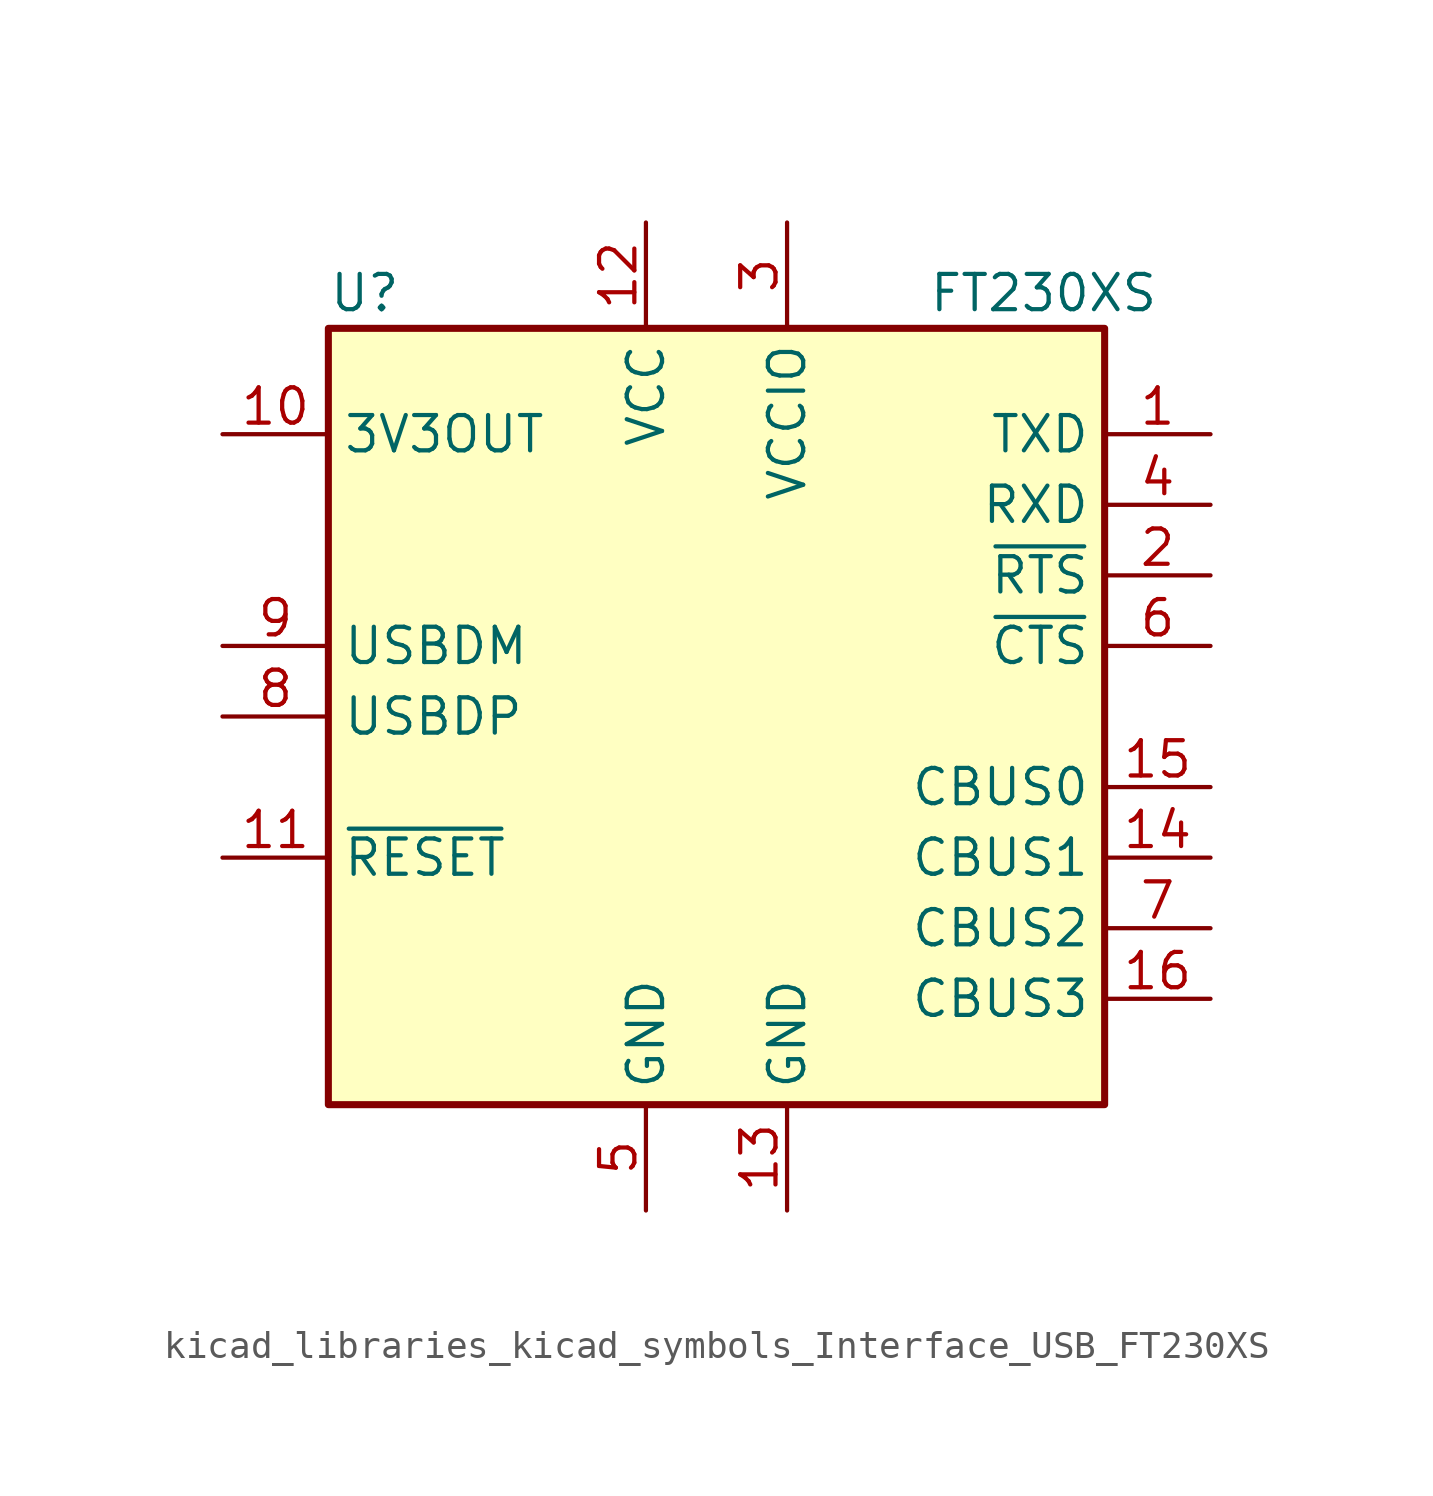
<source format=kicad_sym>
(kicad_symbol_lib
  (version 20220914)
  (generator kicad_symbol_editor)
  (symbol "kicad_libraries_kicad_symbols_Interface_USB_FT230XS"
    (property "Reference" "U"
      (at -13.97 15.24 0)
      (effects (font (size 1.27 1.27)) (justify left)))
    (property "Value" "FT230XS"
      (at 7.62 15.24 0)
      (effects (font (size 1.27 1.27)) (justify left)))
    (symbol "kicad_libraries_kicad_symbols_Interface_USB_FT230XS_0_1"
      (rectangle (start -13.97 13.97) (end 13.97 -13.97) (stroke (width 0.254) (type default)) (fill (type background))))
    (symbol "kicad_libraries_kicad_symbols_Interface_USB_FT230XS_1_1"
      (pin output line (at 17.78 10.16 180) (length 3.81) (name "TXD" (effects (font (size 1.27 1.27)))) (number "1" (effects (font (size 1.27 1.27)))))
      (pin power_out line (at -17.78 10.16 0) (length 3.81) (name "3V3OUT" (effects (font (size 1.27 1.27)))) (number "10" (effects (font (size 1.27 1.27)))))
      (pin input line (at -17.78 -5.08 0) (length 3.81) (name "~{RESET}" (effects (font (size 1.27 1.27)))) (number "11" (effects (font (size 1.27 1.27)))))
      (pin power_in line (at -2.54 17.78 270) (length 3.81) (name "VCC" (effects (font (size 1.27 1.27)))) (number "12" (effects (font (size 1.27 1.27)))))
      (pin power_in line (at 2.54 -17.78 90) (length 3.81) (name "GND" (effects (font (size 1.27 1.27)))) (number "13" (effects (font (size 1.27 1.27)))))
      (pin bidirectional line (at 17.78 -5.08 180) (length 3.81) (name "CBUS1" (effects (font (size 1.27 1.27)))) (number "14" (effects (font (size 1.27 1.27)))))
      (pin bidirectional line (at 17.78 -2.54 180) (length 3.81) (name "CBUS0" (effects (font (size 1.27 1.27)))) (number "15" (effects (font (size 1.27 1.27)))))
      (pin bidirectional line (at 17.78 -10.16 180) (length 3.81) (name "CBUS3" (effects (font (size 1.27 1.27)))) (number "16" (effects (font (size 1.27 1.27)))))
      (pin output line (at 17.78 5.08 180) (length 3.81) (name "~{RTS}" (effects (font (size 1.27 1.27)))) (number "2" (effects (font (size 1.27 1.27)))))
      (pin power_in line (at 2.54 17.78 270) (length 3.81) (name "VCCIO" (effects (font (size 1.27 1.27)))) (number "3" (effects (font (size 1.27 1.27)))))
      (pin input line (at 17.78 7.62 180) (length 3.81) (name "RXD" (effects (font (size 1.27 1.27)))) (number "4" (effects (font (size 1.27 1.27)))))
      (pin power_in line (at -2.54 -17.78 90) (length 3.81) (name "GND" (effects (font (size 1.27 1.27)))) (number "5" (effects (font (size 1.27 1.27)))))
      (pin input line (at 17.78 2.54 180) (length 3.81) (name "~{CTS}" (effects (font (size 1.27 1.27)))) (number "6" (effects (font (size 1.27 1.27)))))
      (pin bidirectional line (at 17.78 -7.62 180) (length 3.81) (name "CBUS2" (effects (font (size 1.27 1.27)))) (number "7" (effects (font (size 1.27 1.27)))))
      (pin bidirectional line (at -17.78 0 0) (length 3.81) (name "USBDP" (effects (font (size 1.27 1.27)))) (number "8" (effects (font (size 1.27 1.27)))))
      (pin bidirectional line (at -17.78 2.54 0) (length 3.81) (name "USBDM" (effects (font (size 1.27 1.27)))) (number "9" (effects (font (size 1.27 1.27))))))))
</source>
